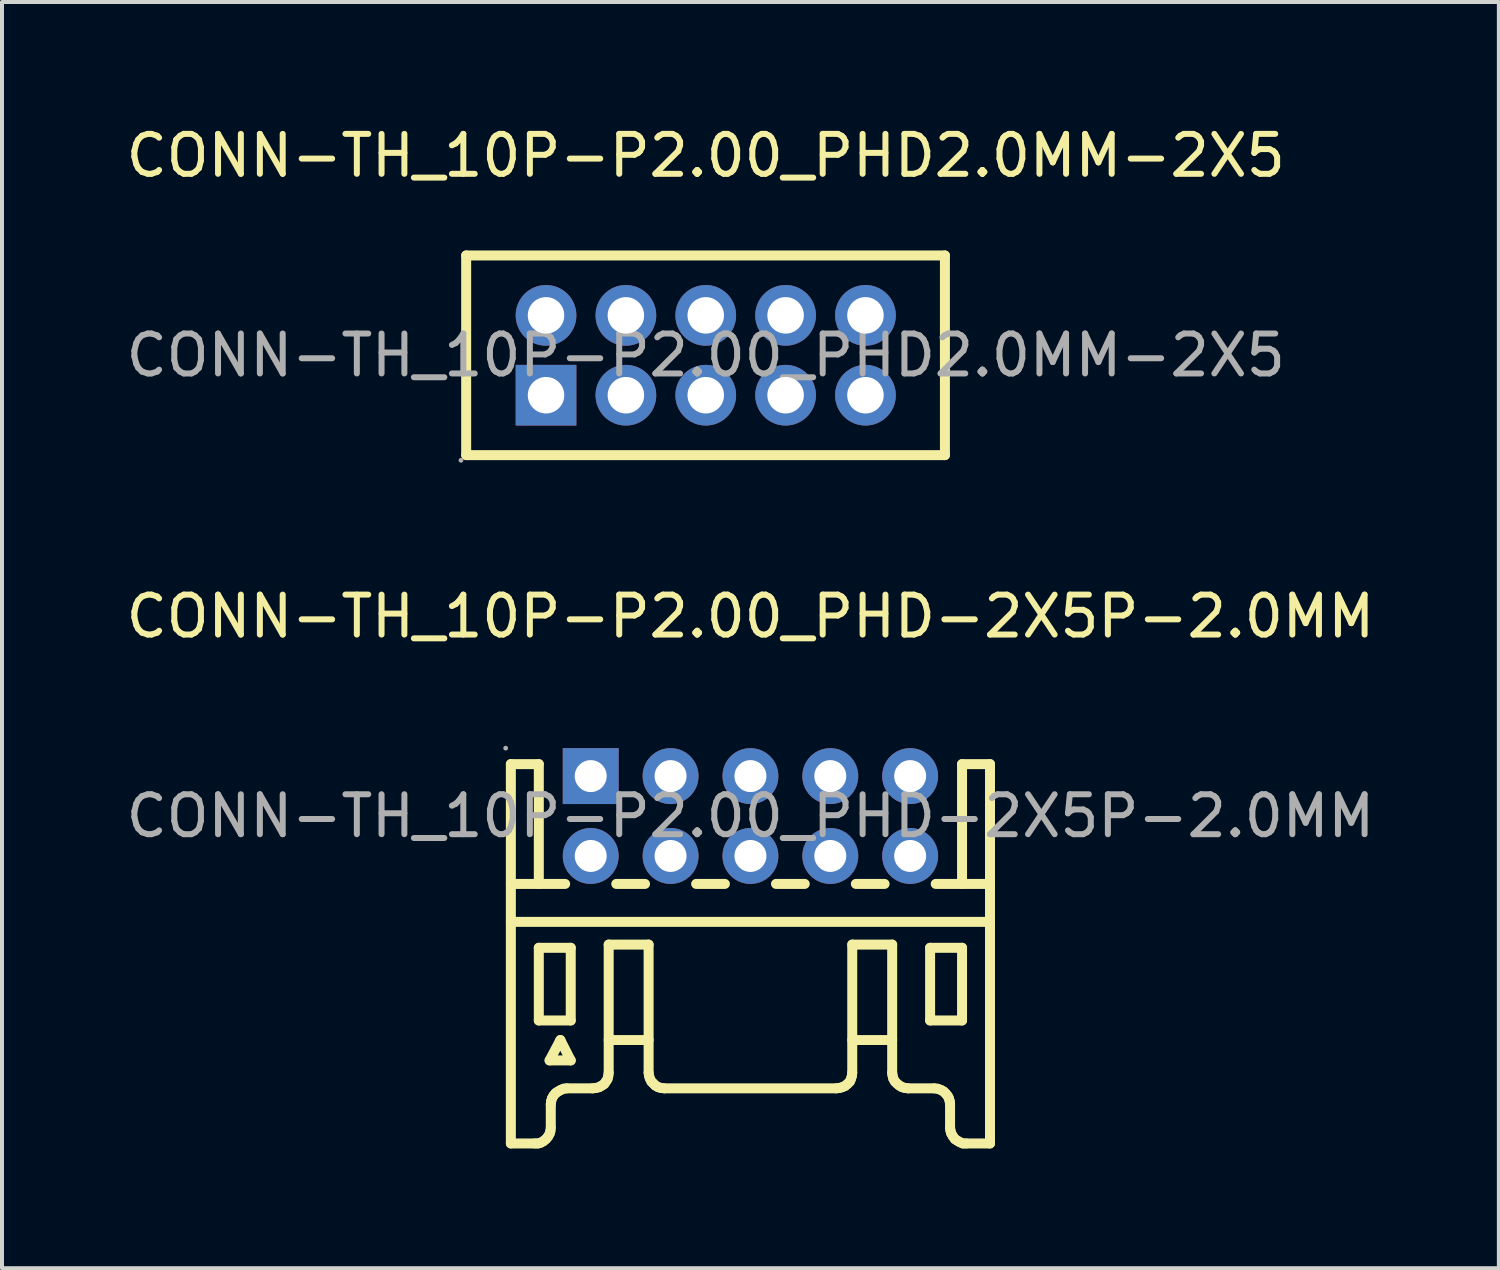
<source format=kicad_pcb>
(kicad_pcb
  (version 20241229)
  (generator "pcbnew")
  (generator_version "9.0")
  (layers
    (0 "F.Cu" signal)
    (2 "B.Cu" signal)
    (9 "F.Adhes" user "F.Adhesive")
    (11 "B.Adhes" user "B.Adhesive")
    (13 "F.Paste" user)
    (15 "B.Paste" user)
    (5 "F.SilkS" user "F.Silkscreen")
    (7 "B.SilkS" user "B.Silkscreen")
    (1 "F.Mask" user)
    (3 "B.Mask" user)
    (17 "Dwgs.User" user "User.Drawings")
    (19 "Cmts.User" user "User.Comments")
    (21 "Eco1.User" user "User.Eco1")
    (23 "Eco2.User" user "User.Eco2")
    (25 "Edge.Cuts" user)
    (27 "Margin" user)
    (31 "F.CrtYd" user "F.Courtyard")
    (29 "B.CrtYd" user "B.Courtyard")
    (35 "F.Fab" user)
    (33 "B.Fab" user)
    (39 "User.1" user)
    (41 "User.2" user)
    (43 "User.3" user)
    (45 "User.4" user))
  (footprint "CONN-TH_10P-P2.00_PHD2.0MM-2X5"
    (layer "F.Cu")
    (at 14.625 5.848)
    (property "Reference" "CONN-TH_10P-P2.00_PHD2.0MM-2X5" (at 0 -5 0) (layer "F.SilkS") (effects (font (size 1 1) (thickness 0.15))))
    (attr through_hole)
    (fp_line (start -6 -2.5) (end -6 2.5) (stroke (width 0.25) (type solid)) (layer "F.SilkS"))
    (fp_line (start -6 -2.5) (end 5.99 -2.5) (stroke (width 0.25) (type solid)) (layer "F.SilkS"))
    (fp_line (start -6 2.5) (end 5.99 2.5) (stroke (width 0.25) (type solid)) (layer "F.SilkS"))
    (fp_line (start 5.99 -2.5) (end 5.99 2.5) (stroke (width 0.25) (type solid)) (layer "F.SilkS"))
    (fp_circle (center -6.13 2.63) (end -6.1 2.63) (stroke (width 0.06) (type solid)) (fill no) (layer "F.Fab"))
    (fp_circle (center -4 -1) (end -3.82 -1) (stroke (width 0.36) (type solid)) (fill no) (layer "F.Fab"))
    (fp_circle (center -4 1) (end -3.82 1) (stroke (width 0.36) (type solid)) (fill no) (layer "F.Fab"))
    (fp_circle (center -2 -1) (end -1.82 -1) (stroke (width 0.36) (type solid)) (fill no) (layer "F.Fab"))
    (fp_circle (center -2 1) (end -1.82 1) (stroke (width 0.36) (type solid)) (fill no) (layer "F.Fab"))
    (fp_circle (center 0 -1) (end 0.18 -1) (stroke (width 0.36) (type solid)) (fill no) (layer "F.Fab"))
    (fp_circle (center 0 1) (end 0.18 1) (stroke (width 0.36) (type solid)) (fill no) (layer "F.Fab"))
    (fp_circle (center 2 -1) (end 2.18 -1) (stroke (width 0.36) (type solid)) (fill no) (layer "F.Fab"))
    (fp_circle (center 2 1) (end 2.18 1) (stroke (width 0.36) (type solid)) (fill no) (layer "F.Fab"))
    (fp_circle (center 4 -1) (end 4.18 -1) (stroke (width 0.36) (type solid)) (fill no) (layer "F.Fab"))
    (fp_circle (center 4 1) (end 4.18 1) (stroke (width 0.36) (type solid)) (fill no) (layer "F.Fab"))
    (fp_text user "${REFERENCE}" (at 0 0 0) (layer "F.Fab") (effects (font (size 1 1) (thickness 0.15))))
    (pad "1" thru_hole rect (at -4 1) (size 1.52 1.52) (drill 0.914) (layers "*.Cu" "*.Paste" "*.Mask"))
    (pad "2" thru_hole circle (at -4 -1) (size 1.52 1.52) (drill 0.914) (layers "*.Cu" "*.Paste" "*.Mask"))
    (pad "3" thru_hole circle (at -2 1) (size 1.52 1.52) (drill 0.914) (layers "*.Cu" "*.Paste" "*.Mask"))
    (pad "4" thru_hole circle (at -2 -1) (size 1.52 1.52) (drill 0.914) (layers "*.Cu" "*.Paste" "*.Mask"))
    (pad "5" thru_hole circle (at 0 1) (size 1.52 1.52) (drill 0.914) (layers "*.Cu" "*.Paste" "*.Mask"))
    (pad "6" thru_hole circle (at 0 -1) (size 1.52 1.52) (drill 0.914) (layers "*.Cu" "*.Paste" "*.Mask"))
    (pad "7" thru_hole circle (at 2 1) (size 1.52 1.52) (drill 0.914) (layers "*.Cu" "*.Paste" "*.Mask"))
    (pad "8" thru_hole circle (at 2 -1) (size 1.52 1.52) (drill 0.914) (layers "*.Cu" "*.Paste" "*.Mask"))
    (pad "9" thru_hole circle (at 4 1) (size 1.52 1.52) (drill 0.914) (layers "*.Cu" "*.Paste" "*.Mask"))
    (pad "10" thru_hole circle (at 4 -1) (size 1.52 1.52) (drill 0.914) (layers "*.Cu" "*.Paste" "*.Mask")))
  (footprint "CONN-TH_10P-P2.00_PHD-2X5P-2.0MM"
    (layer "F.Cu")
    (at 15.744 17.387)
    (property "Reference" "CONN-TH_10P-P2.00_PHD-2X5P-2.0MM" (at 0 -5 0) (layer "F.SilkS") (effects (font (size 1 1) (thickness 0.15))))
    (attr through_hole)
    (fp_line (start -6 -1.3) (end -5.3 -1.3) (stroke (width 0.25) (type solid)) (layer "F.SilkS"))
    (fp_line (start -6 8.2) (end -6 -1.3) (stroke (width 0.25) (type solid)) (layer "F.SilkS"))
    (fp_line (start -6 8.2) (end -5.4 8.2) (stroke (width 0.25) (type solid)) (layer "F.SilkS"))
    (fp_line (start -5.4 8.2) (end -5.32 8.2) (stroke (width 0.25) (type solid)) (layer "F.SilkS"))
    (fp_line (start -5.32 8.2) (end -5.25 8.18) (stroke (width 0.25) (type solid)) (layer "F.SilkS"))
    (fp_line (start -5.3 -1.3) (end -5.3 1.7) (stroke (width 0.25) (type solid)) (layer "F.SilkS"))
    (fp_line (start -5.3 3.3) (end -5.3 5.12) (stroke (width 0.25) (type solid)) (layer "F.SilkS"))
    (fp_line (start -5.3 3.3) (end -4.5 3.3) (stroke (width 0.25) (type solid)) (layer "F.SilkS"))
    (fp_line (start -5.3 5.12) (end -4.5 5.12) (stroke (width 0.25) (type solid)) (layer "F.SilkS"))
    (fp_line (start -5.25 8.18) (end -5.18 8.14) (stroke (width 0.25) (type solid)) (layer "F.SilkS"))
    (fp_line (start -5.18 8.14) (end -5.12 8.09) (stroke (width 0.25) (type solid)) (layer "F.SilkS"))
    (fp_line (start -5.12 8.09) (end -5.07 8.03) (stroke (width 0.25) (type solid)) (layer "F.SilkS"))
    (fp_line (start -5.07 8.03) (end -5.03 7.96) (stroke (width 0.25) (type solid)) (layer "F.SilkS"))
    (fp_line (start -5.03 6.12) (end -4.5 6.12) (stroke (width 0.25) (type solid)) (layer "F.SilkS"))
    (fp_line (start -5.03 7.96) (end -5.01 7.89) (stroke (width 0.25) (type solid)) (layer "F.SilkS"))
    (fp_line (start -5.01 7.89) (end -5 7.81) (stroke (width 0.25) (type solid)) (layer "F.SilkS"))
    (fp_line (start -5 7.8) (end -5 7.22) (stroke (width 0.25) (type solid)) (layer "F.SilkS"))
    (fp_line (start -4.99 7.14) (end -5 7.22) (stroke (width 0.25) (type solid)) (layer "F.SilkS"))
    (fp_line (start -4.97 7.07) (end -4.99 7.14) (stroke (width 0.25) (type solid)) (layer "F.SilkS"))
    (fp_line (start -4.93 7) (end -4.97 7.07) (stroke (width 0.25) (type solid)) (layer "F.SilkS"))
    (fp_line (start -4.88 6.94) (end -4.93 7) (stroke (width 0.25) (type solid)) (layer "F.SilkS"))
    (fp_line (start -4.82 6.9) (end -4.88 6.94) (stroke (width 0.25) (type solid)) (layer "F.SilkS"))
    (fp_line (start -4.76 5.61) (end -5.03 6.12) (stroke (width 0.25) (type solid)) (layer "F.SilkS"))
    (fp_line (start -4.75 6.86) (end -4.82 6.9) (stroke (width 0.25) (type solid)) (layer "F.SilkS"))
    (fp_line (start -4.68 6.83) (end -4.75 6.86) (stroke (width 0.25) (type solid)) (layer "F.SilkS"))
    (fp_line (start -4.64 1.7) (end -6 1.7) (stroke (width 0.25) (type solid)) (layer "F.SilkS"))
    (fp_line (start -4.6 6.82) (end -4.68 6.83) (stroke (width 0.25) (type solid)) (layer "F.SilkS"))
    (fp_line (start -4.6 6.82) (end -3.95 6.82) (stroke (width 0.25) (type solid)) (layer "F.SilkS"))
    (fp_line (start -4.5 5.12) (end -4.5 3.3) (stroke (width 0.25) (type solid)) (layer "F.SilkS"))
    (fp_line (start -4.5 6.12) (end -4.76 5.61) (stroke (width 0.25) (type solid)) (layer "F.SilkS"))
    (fp_line (start -3.95 6.82) (end -3.87 6.81) (stroke (width 0.25) (type solid)) (layer "F.SilkS"))
    (fp_line (start -3.87 6.81) (end -3.79 6.79) (stroke (width 0.25) (type solid)) (layer "F.SilkS"))
    (fp_line (start -3.79 6.79) (end -3.72 6.75) (stroke (width 0.25) (type solid)) (layer "F.SilkS"))
    (fp_line (start -3.72 6.75) (end -3.66 6.71) (stroke (width 0.25) (type solid)) (layer "F.SilkS"))
    (fp_line (start -3.66 6.71) (end -3.62 6.65) (stroke (width 0.25) (type solid)) (layer "F.SilkS"))
    (fp_line (start -3.62 6.65) (end -3.58 6.59) (stroke (width 0.25) (type solid)) (layer "F.SilkS"))
    (fp_line (start -3.58 6.59) (end -3.56 6.51) (stroke (width 0.25) (type solid)) (layer "F.SilkS"))
    (fp_line (start -3.56 6.51) (end -3.55 6.43) (stroke (width 0.25) (type solid)) (layer "F.SilkS"))
    (fp_line (start -3.55 5.61) (end -2.55 5.61) (stroke (width 0.25) (type solid)) (layer "F.SilkS"))
    (fp_line (start -3.55 6.43) (end -3.55 3.22) (stroke (width 0.25) (type solid)) (layer "F.SilkS"))
    (fp_line (start -2.64 1.7) (end -3.36 1.7) (stroke (width 0.25) (type solid)) (layer "F.SilkS"))
    (fp_line (start -2.55 3.22) (end -3.55 3.22) (stroke (width 0.25) (type solid)) (layer "F.SilkS"))
    (fp_line (start -2.55 6.43) (end -2.55 3.22) (stroke (width 0.25) (type solid)) (layer "F.SilkS"))
    (fp_line (start -2.55 6.43) (end -2.54 6.5) (stroke (width 0.25) (type solid)) (layer "F.SilkS"))
    (fp_line (start -2.54 6.5) (end -2.52 6.57) (stroke (width 0.25) (type solid)) (layer "F.SilkS"))
    (fp_line (start -2.52 6.57) (end -2.48 6.65) (stroke (width 0.25) (type solid)) (layer "F.SilkS"))
    (fp_line (start -2.48 6.65) (end -2.43 6.7) (stroke (width 0.25) (type solid)) (layer "F.SilkS"))
    (fp_line (start -2.43 6.7) (end -2.38 6.75) (stroke (width 0.25) (type solid)) (layer "F.SilkS"))
    (fp_line (start -2.38 6.75) (end -2.31 6.79) (stroke (width 0.25) (type solid)) (layer "F.SilkS"))
    (fp_line (start -2.31 6.79) (end -2.24 6.81) (stroke (width 0.25) (type solid)) (layer "F.SilkS"))
    (fp_line (start -2.24 6.81) (end -2.16 6.82) (stroke (width 0.25) (type solid)) (layer "F.SilkS"))
    (fp_line (start -0.64 1.7) (end -1.36 1.7) (stroke (width 0.25) (type solid)) (layer "F.SilkS"))
    (fp_line (start 1.36 1.7) (end 0.64 1.7) (stroke (width 0.25) (type solid)) (layer "F.SilkS"))
    (fp_line (start 2.15 6.82) (end -2.15 6.82) (stroke (width 0.25) (type solid)) (layer "F.SilkS"))
    (fp_line (start 2.15 6.82) (end 2.23 6.81) (stroke (width 0.25) (type solid)) (layer "F.SilkS"))
    (fp_line (start 2.23 6.81) (end 2.3 6.79) (stroke (width 0.25) (type solid)) (layer "F.SilkS"))
    (fp_line (start 2.3 6.79) (end 2.37 6.76) (stroke (width 0.25) (type solid)) (layer "F.SilkS"))
    (fp_line (start 2.37 6.76) (end 2.43 6.71) (stroke (width 0.25) (type solid)) (layer "F.SilkS"))
    (fp_line (start 2.43 6.71) (end 2.49 6.65) (stroke (width 0.25) (type solid)) (layer "F.SilkS"))
    (fp_line (start 2.49 6.65) (end 2.52 6.58) (stroke (width 0.25) (type solid)) (layer "F.SilkS"))
    (fp_line (start 2.52 6.58) (end 2.54 6.51) (stroke (width 0.25) (type solid)) (layer "F.SilkS"))
    (fp_line (start 2.54 6.51) (end 2.55 6.43) (stroke (width 0.25) (type solid)) (layer "F.SilkS"))
    (fp_line (start 2.55 6.43) (end 2.55 3.22) (stroke (width 0.25) (type solid)) (layer "F.SilkS"))
    (fp_line (start 3.36 1.7) (end 2.64 1.7) (stroke (width 0.25) (type solid)) (layer "F.SilkS"))
    (fp_line (start 3.55 3.22) (end 2.55 3.22) (stroke (width 0.25) (type solid)) (layer "F.SilkS"))
    (fp_line (start 3.55 5.61) (end 2.55 5.61) (stroke (width 0.25) (type solid)) (layer "F.SilkS"))
    (fp_line (start 3.55 6.43) (end 3.55 3.22) (stroke (width 0.25) (type solid)) (layer "F.SilkS"))
    (fp_line (start 3.55 6.43) (end 3.56 6.5) (stroke (width 0.25) (type solid)) (layer "F.SilkS"))
    (fp_line (start 3.56 6.5) (end 3.58 6.58) (stroke (width 0.25) (type solid)) (layer "F.SilkS"))
    (fp_line (start 3.58 6.58) (end 3.62 6.65) (stroke (width 0.25) (type solid)) (layer "F.SilkS"))
    (fp_line (start 3.62 6.65) (end 3.67 6.7) (stroke (width 0.25) (type solid)) (layer "F.SilkS"))
    (fp_line (start 3.67 6.7) (end 3.73 6.75) (stroke (width 0.25) (type solid)) (layer "F.SilkS"))
    (fp_line (start 3.73 6.75) (end 3.8 6.79) (stroke (width 0.25) (type solid)) (layer "F.SilkS"))
    (fp_line (start 3.8 6.79) (end 3.87 6.81) (stroke (width 0.25) (type solid)) (layer "F.SilkS"))
    (fp_line (start 3.87 6.81) (end 3.95 6.82) (stroke (width 0.25) (type solid)) (layer "F.SilkS"))
    (fp_line (start 4.5 5.12) (end 4.5 3.3) (stroke (width 0.25) (type solid)) (layer "F.SilkS"))
    (fp_line (start 4.5 5.12) (end 5.3 5.12) (stroke (width 0.25) (type solid)) (layer "F.SilkS"))
    (fp_line (start 4.6 6.82) (end 3.95 6.82) (stroke (width 0.25) (type solid)) (layer "F.SilkS"))
    (fp_line (start 4.69 6.83) (end 4.61 6.82) (stroke (width 0.25) (type solid)) (layer "F.SilkS"))
    (fp_line (start 4.77 6.86) (end 4.69 6.83) (stroke (width 0.25) (type solid)) (layer "F.SilkS"))
    (fp_line (start 4.84 6.9) (end 4.77 6.86) (stroke (width 0.25) (type solid)) (layer "F.SilkS"))
    (fp_line (start 4.89 6.95) (end 4.84 6.9) (stroke (width 0.25) (type solid)) (layer "F.SilkS"))
    (fp_line (start 4.94 7.01) (end 4.89 6.95) (stroke (width 0.25) (type solid)) (layer "F.SilkS"))
    (fp_line (start 4.97 7.07) (end 4.94 7.01) (stroke (width 0.25) (type solid)) (layer "F.SilkS"))
    (fp_line (start 4.99 7.14) (end 4.97 7.07) (stroke (width 0.25) (type solid)) (layer "F.SilkS"))
    (fp_line (start 5 7.22) (end 4.99 7.14) (stroke (width 0.25) (type solid)) (layer "F.SilkS"))
    (fp_line (start 5 7.8) (end 5 7.22) (stroke (width 0.25) (type solid)) (layer "F.SilkS"))
    (fp_line (start 5 7.8) (end 5.01 7.88) (stroke (width 0.25) (type solid)) (layer "F.SilkS"))
    (fp_line (start 5.01 7.88) (end 5.03 7.95) (stroke (width 0.25) (type solid)) (layer "F.SilkS"))
    (fp_line (start 5.03 7.95) (end 5.07 8.02) (stroke (width 0.25) (type solid)) (layer "F.SilkS"))
    (fp_line (start 5.07 8.02) (end 5.12 8.09) (stroke (width 0.25) (type solid)) (layer "F.SilkS"))
    (fp_line (start 5.12 8.09) (end 5.18 8.13) (stroke (width 0.25) (type solid)) (layer "F.SilkS"))
    (fp_line (start 5.18 8.13) (end 5.25 8.17) (stroke (width 0.25) (type solid)) (layer "F.SilkS"))
    (fp_line (start 5.25 8.17) (end 5.32 8.2) (stroke (width 0.25) (type solid)) (layer "F.SilkS"))
    (fp_line (start 5.3 -1.3) (end 6 -1.3) (stroke (width 0.25) (type solid)) (layer "F.SilkS"))
    (fp_line (start 5.3 1.7) (end 5.3 -1.3) (stroke (width 0.25) (type solid)) (layer "F.SilkS"))
    (fp_line (start 5.3 3.3) (end 4.5 3.3) (stroke (width 0.25) (type solid)) (layer "F.SilkS"))
    (fp_line (start 5.3 5.12) (end 5.3 3.3) (stroke (width 0.25) (type solid)) (layer "F.SilkS"))
    (fp_line (start 5.32 8.2) (end 5.4 8.2) (stroke (width 0.25) (type solid)) (layer "F.SilkS"))
    (fp_line (start 6 -1.3) (end 6 8.2) (stroke (width 0.25) (type solid)) (layer "F.SilkS"))
    (fp_line (start 6 1.7) (end 4.64 1.7) (stroke (width 0.25) (type solid)) (layer "F.SilkS"))
    (fp_line (start 6 2.65) (end -6 2.65) (stroke (width 0.25) (type solid)) (layer "F.SilkS"))
    (fp_line (start 6 8.2) (end 5.4 8.2) (stroke (width 0.25) (type solid)) (layer "F.SilkS"))
    (fp_circle (center -6.13 -1.7) (end -6.1 -1.7) (stroke (width 0.06) (type solid)) (fill no) (layer "F.Fab"))
    (fp_circle (center -4 -1) (end -3.85 -1) (stroke (width 0.3) (type solid)) (fill no) (layer "F.Fab"))
    (fp_circle (center -4 1) (end -3.85 1) (stroke (width 0.3) (type solid)) (fill no) (layer "F.Fab"))
    (fp_circle (center -2 -1) (end -1.85 -1) (stroke (width 0.3) (type solid)) (fill no) (layer "F.Fab"))
    (fp_circle (center -2 1) (end -1.85 1) (stroke (width 0.3) (type solid)) (fill no) (layer "F.Fab"))
    (fp_circle (center 0 -1) (end 0.15 -1) (stroke (width 0.3) (type solid)) (fill no) (layer "F.Fab"))
    (fp_circle (center 0 1) (end 0.15 1) (stroke (width 0.3) (type solid)) (fill no) (layer "F.Fab"))
    (fp_circle (center 2 -1) (end 2.15 -1) (stroke (width 0.3) (type solid)) (fill no) (layer "F.Fab"))
    (fp_circle (center 2 1) (end 2.15 1) (stroke (width 0.3) (type solid)) (fill no) (layer "F.Fab"))
    (fp_circle (center 4 -1) (end 4.15 -1) (stroke (width 0.3) (type solid)) (fill no) (layer "F.Fab"))
    (fp_circle (center 4 1) (end 4.15 1) (stroke (width 0.3) (type solid)) (fill no) (layer "F.Fab"))
    (fp_text user "${REFERENCE}" (at 0 0 0) (layer "F.Fab") (effects (font (size 1 1) (thickness 0.15))))
    (pad "1" thru_hole rect (at -4 -1) (size 1.4 1.4) (drill 0.8) (layers "*.Cu" "*.Paste" "*.Mask"))
    (pad "2" thru_hole circle (at -4 1) (size 1.4 1.4) (drill 0.8) (layers "*.Cu" "*.Paste" "*.Mask"))
    (pad "3" thru_hole circle (at -2 -1) (size 1.4 1.4) (drill 0.8) (layers "*.Cu" "*.Paste" "*.Mask"))
    (pad "4" thru_hole circle (at -2 1) (size 1.4 1.4) (drill 0.8) (layers "*.Cu" "*.Paste" "*.Mask"))
    (pad "5" thru_hole circle (at 0 -1) (size 1.4 1.4) (drill 0.8) (layers "*.Cu" "*.Paste" "*.Mask"))
    (pad "6" thru_hole circle (at 0 1) (size 1.4 1.4) (drill 0.8) (layers "*.Cu" "*.Paste" "*.Mask"))
    (pad "7" thru_hole circle (at 2 -1) (size 1.4 1.4) (drill 0.8) (layers "*.Cu" "*.Paste" "*.Mask"))
    (pad "8" thru_hole circle (at 2 1) (size 1.4 1.4) (drill 0.8) (layers "*.Cu" "*.Paste" "*.Mask"))
    (pad "9" thru_hole circle (at 4 -1) (size 1.4 1.4) (drill 0.8) (layers "*.Cu" "*.Paste" "*.Mask"))
    (pad "10" thru_hole circle (at 4 1) (size 1.4 1.4) (drill 0.8) (layers "*.Cu" "*.Paste" "*.Mask")))
  (gr_rect
    (start -3 -3)
    (end 34.488 28.712)
    (stroke (width 0.1) (type default))
    (fill no)
    (layer "Edge.Cuts")))
</source>
